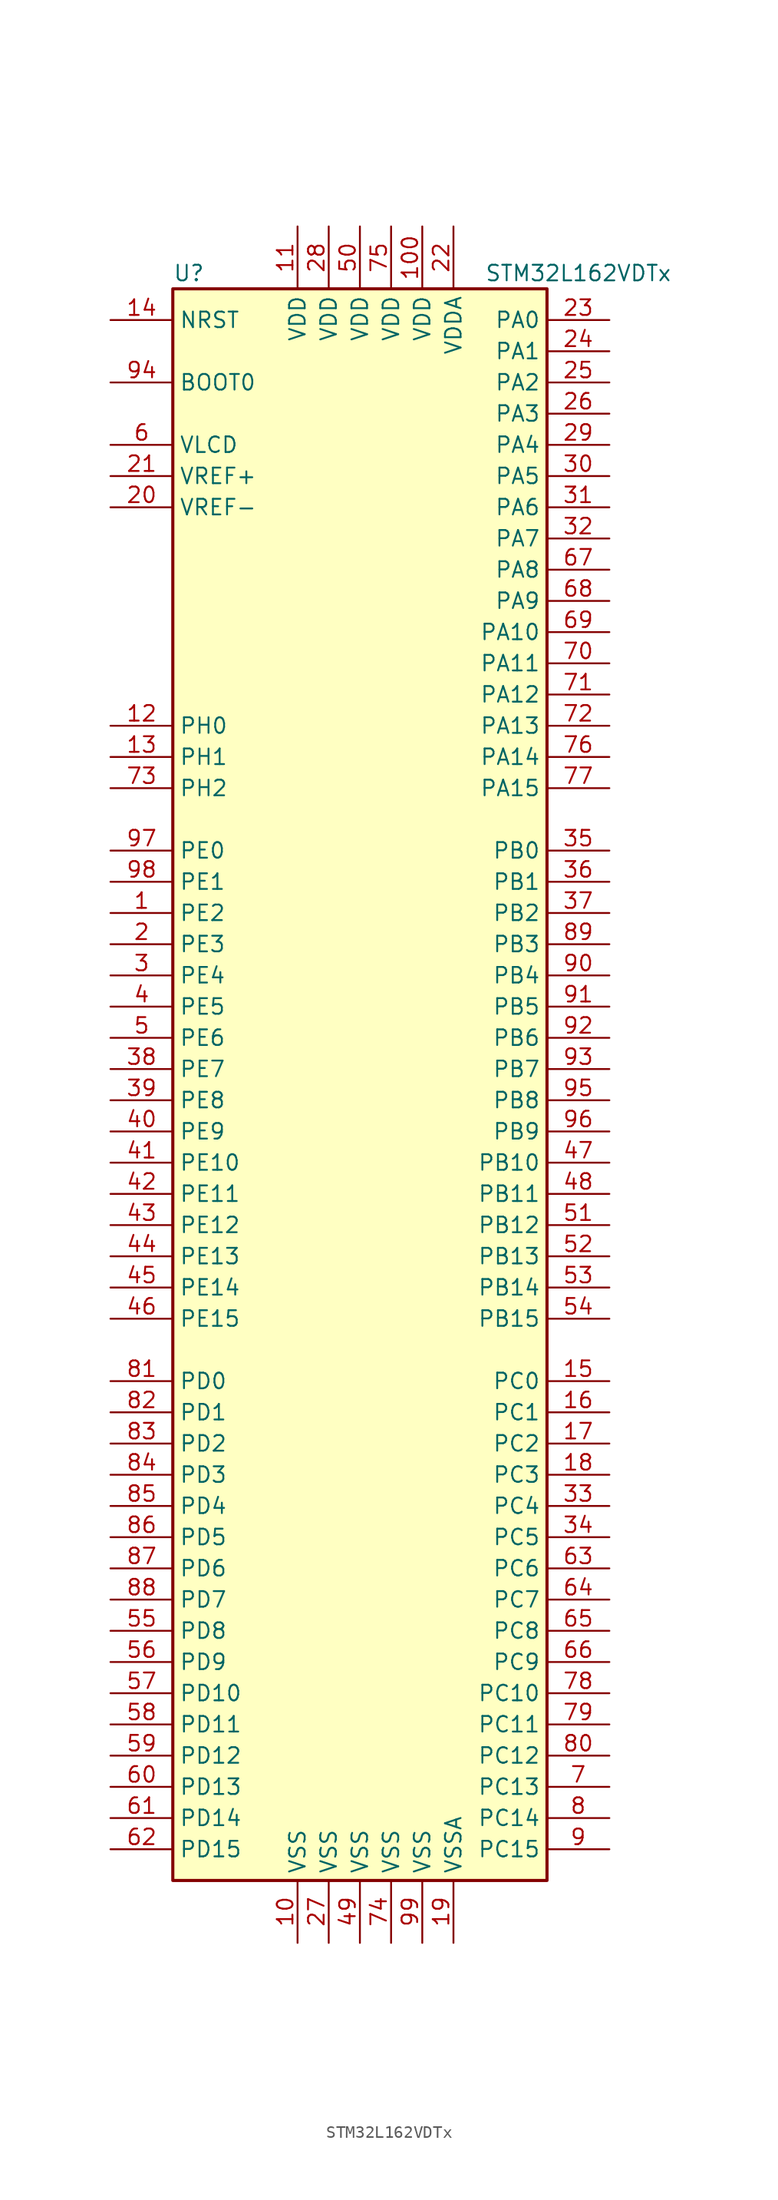
<source format=kicad_sym>
(kicad_symbol_lib
  (version 20211014)
  (generator kicad_symbol_editor)
  (symbol "STM32L162VDTx"
    (property "Reference" "U"
      (at -15.24 64.77 0)
      (effects (font (size 1.27 1.27)) (justify left)))
    (property "Value" "STM32L162VDTx"
      (at 10.16 64.77 0)
      (effects (font (size 1.27 1.27)) (justify left)))
    (symbol "STM32L162VDTx_0_1"
      (rectangle (start -15.24 -66.04) (end 15.24 63.5) (stroke (width 0.254) (type default) (color 0 0 0 0)) (fill (type background))))
    (symbol "STM32L162VDTx_1_1"
      (pin bidirectional line (at -20.32 12.7 0) (length 5.08) (name "PE2" (effects (font (size 1.27 1.27)))) (number "1" (effects (font (size 1.27 1.27)))))
      (pin power_in line (at -5.08 -71.12 90) (length 5.08) (name "VSS" (effects (font (size 1.27 1.27)))) (number "10" (effects (font (size 1.27 1.27)))))
      (pin power_in line (at 5.08 68.58 270) (length 5.08) (name "VDD" (effects (font (size 1.27 1.27)))) (number "100" (effects (font (size 1.27 1.27)))))
      (pin power_in line (at -5.08 68.58 270) (length 5.08) (name "VDD" (effects (font (size 1.27 1.27)))) (number "11" (effects (font (size 1.27 1.27)))))
      (pin input line (at -20.32 27.94 0) (length 5.08) (name "PH0" (effects (font (size 1.27 1.27)))) (number "12" (effects (font (size 1.27 1.27)))))
      (pin input line (at -20.32 25.4 0) (length 5.08) (name "PH1" (effects (font (size 1.27 1.27)))) (number "13" (effects (font (size 1.27 1.27)))))
      (pin input line (at -20.32 60.96 0) (length 5.08) (name "NRST" (effects (font (size 1.27 1.27)))) (number "14" (effects (font (size 1.27 1.27)))))
      (pin bidirectional line (at 20.32 -25.4 180) (length 5.08) (name "PC0" (effects (font (size 1.27 1.27)))) (number "15" (effects (font (size 1.27 1.27)))))
      (pin bidirectional line (at 20.32 -27.94 180) (length 5.08) (name "PC1" (effects (font (size 1.27 1.27)))) (number "16" (effects (font (size 1.27 1.27)))))
      (pin bidirectional line (at 20.32 -30.48 180) (length 5.08) (name "PC2" (effects (font (size 1.27 1.27)))) (number "17" (effects (font (size 1.27 1.27)))))
      (pin bidirectional line (at 20.32 -33.02 180) (length 5.08) (name "PC3" (effects (font (size 1.27 1.27)))) (number "18" (effects (font (size 1.27 1.27)))))
      (pin power_in line (at 7.62 -71.12 90) (length 5.08) (name "VSSA" (effects (font (size 1.27 1.27)))) (number "19" (effects (font (size 1.27 1.27)))))
      (pin bidirectional line (at -20.32 10.16 0) (length 5.08) (name "PE3" (effects (font (size 1.27 1.27)))) (number "2" (effects (font (size 1.27 1.27)))))
      (pin power_in line (at -20.32 45.72 0) (length 5.08) (name "VREF-" (effects (font (size 1.27 1.27)))) (number "20" (effects (font (size 1.27 1.27)))))
      (pin power_in line (at -20.32 48.26 0) (length 5.08) (name "VREF+" (effects (font (size 1.27 1.27)))) (number "21" (effects (font (size 1.27 1.27)))))
      (pin power_in line (at 7.62 68.58 270) (length 5.08) (name "VDDA" (effects (font (size 1.27 1.27)))) (number "22" (effects (font (size 1.27 1.27)))))
      (pin bidirectional line (at 20.32 60.96 180) (length 5.08) (name "PA0" (effects (font (size 1.27 1.27)))) (number "23" (effects (font (size 1.27 1.27)))))
      (pin bidirectional line (at 20.32 58.42 180) (length 5.08) (name "PA1" (effects (font (size 1.27 1.27)))) (number "24" (effects (font (size 1.27 1.27)))))
      (pin bidirectional line (at 20.32 55.88 180) (length 5.08) (name "PA2" (effects (font (size 1.27 1.27)))) (number "25" (effects (font (size 1.27 1.27)))))
      (pin bidirectional line (at 20.32 53.34 180) (length 5.08) (name "PA3" (effects (font (size 1.27 1.27)))) (number "26" (effects (font (size 1.27 1.27)))))
      (pin power_in line (at -2.54 -71.12 90) (length 5.08) (name "VSS" (effects (font (size 1.27 1.27)))) (number "27" (effects (font (size 1.27 1.27)))))
      (pin power_in line (at -2.54 68.58 270) (length 5.08) (name "VDD" (effects (font (size 1.27 1.27)))) (number "28" (effects (font (size 1.27 1.27)))))
      (pin bidirectional line (at 20.32 50.8 180) (length 5.08) (name "PA4" (effects (font (size 1.27 1.27)))) (number "29" (effects (font (size 1.27 1.27)))))
      (pin bidirectional line (at -20.32 7.62 0) (length 5.08) (name "PE4" (effects (font (size 1.27 1.27)))) (number "3" (effects (font (size 1.27 1.27)))))
      (pin bidirectional line (at 20.32 48.26 180) (length 5.08) (name "PA5" (effects (font (size 1.27 1.27)))) (number "30" (effects (font (size 1.27 1.27)))))
      (pin bidirectional line (at 20.32 45.72 180) (length 5.08) (name "PA6" (effects (font (size 1.27 1.27)))) (number "31" (effects (font (size 1.27 1.27)))))
      (pin bidirectional line (at 20.32 43.18 180) (length 5.08) (name "PA7" (effects (font (size 1.27 1.27)))) (number "32" (effects (font (size 1.27 1.27)))))
      (pin bidirectional line (at 20.32 -35.56 180) (length 5.08) (name "PC4" (effects (font (size 1.27 1.27)))) (number "33" (effects (font (size 1.27 1.27)))))
      (pin bidirectional line (at 20.32 -38.1 180) (length 5.08) (name "PC5" (effects (font (size 1.27 1.27)))) (number "34" (effects (font (size 1.27 1.27)))))
      (pin bidirectional line (at 20.32 17.78 180) (length 5.08) (name "PB0" (effects (font (size 1.27 1.27)))) (number "35" (effects (font (size 1.27 1.27)))))
      (pin bidirectional line (at 20.32 15.24 180) (length 5.08) (name "PB1" (effects (font (size 1.27 1.27)))) (number "36" (effects (font (size 1.27 1.27)))))
      (pin bidirectional line (at 20.32 12.7 180) (length 5.08) (name "PB2" (effects (font (size 1.27 1.27)))) (number "37" (effects (font (size 1.27 1.27)))))
      (pin bidirectional line (at -20.32 0 0) (length 5.08) (name "PE7" (effects (font (size 1.27 1.27)))) (number "38" (effects (font (size 1.27 1.27)))))
      (pin bidirectional line (at -20.32 -2.54 0) (length 5.08) (name "PE8" (effects (font (size 1.27 1.27)))) (number "39" (effects (font (size 1.27 1.27)))))
      (pin bidirectional line (at -20.32 5.08 0) (length 5.08) (name "PE5" (effects (font (size 1.27 1.27)))) (number "4" (effects (font (size 1.27 1.27)))))
      (pin bidirectional line (at -20.32 -5.08 0) (length 5.08) (name "PE9" (effects (font (size 1.27 1.27)))) (number "40" (effects (font (size 1.27 1.27)))))
      (pin bidirectional line (at -20.32 -7.62 0) (length 5.08) (name "PE10" (effects (font (size 1.27 1.27)))) (number "41" (effects (font (size 1.27 1.27)))))
      (pin bidirectional line (at -20.32 -10.16 0) (length 5.08) (name "PE11" (effects (font (size 1.27 1.27)))) (number "42" (effects (font (size 1.27 1.27)))))
      (pin bidirectional line (at -20.32 -12.7 0) (length 5.08) (name "PE12" (effects (font (size 1.27 1.27)))) (number "43" (effects (font (size 1.27 1.27)))))
      (pin bidirectional line (at -20.32 -15.24 0) (length 5.08) (name "PE13" (effects (font (size 1.27 1.27)))) (number "44" (effects (font (size 1.27 1.27)))))
      (pin bidirectional line (at -20.32 -17.78 0) (length 5.08) (name "PE14" (effects (font (size 1.27 1.27)))) (number "45" (effects (font (size 1.27 1.27)))))
      (pin bidirectional line (at -20.32 -20.32 0) (length 5.08) (name "PE15" (effects (font (size 1.27 1.27)))) (number "46" (effects (font (size 1.27 1.27)))))
      (pin bidirectional line (at 20.32 -7.62 180) (length 5.08) (name "PB10" (effects (font (size 1.27 1.27)))) (number "47" (effects (font (size 1.27 1.27)))))
      (pin bidirectional line (at 20.32 -10.16 180) (length 5.08) (name "PB11" (effects (font (size 1.27 1.27)))) (number "48" (effects (font (size 1.27 1.27)))))
      (pin power_in line (at 0 -71.12 90) (length 5.08) (name "VSS" (effects (font (size 1.27 1.27)))) (number "49" (effects (font (size 1.27 1.27)))))
      (pin bidirectional line (at -20.32 2.54 0) (length 5.08) (name "PE6" (effects (font (size 1.27 1.27)))) (number "5" (effects (font (size 1.27 1.27)))))
      (pin power_in line (at 0 68.58 270) (length 5.08) (name "VDD" (effects (font (size 1.27 1.27)))) (number "50" (effects (font (size 1.27 1.27)))))
      (pin bidirectional line (at 20.32 -12.7 180) (length 5.08) (name "PB12" (effects (font (size 1.27 1.27)))) (number "51" (effects (font (size 1.27 1.27)))))
      (pin bidirectional line (at 20.32 -15.24 180) (length 5.08) (name "PB13" (effects (font (size 1.27 1.27)))) (number "52" (effects (font (size 1.27 1.27)))))
      (pin bidirectional line (at 20.32 -17.78 180) (length 5.08) (name "PB14" (effects (font (size 1.27 1.27)))) (number "53" (effects (font (size 1.27 1.27)))))
      (pin bidirectional line (at 20.32 -20.32 180) (length 5.08) (name "PB15" (effects (font (size 1.27 1.27)))) (number "54" (effects (font (size 1.27 1.27)))))
      (pin bidirectional line (at -20.32 -45.72 0) (length 5.08) (name "PD8" (effects (font (size 1.27 1.27)))) (number "55" (effects (font (size 1.27 1.27)))))
      (pin bidirectional line (at -20.32 -48.26 0) (length 5.08) (name "PD9" (effects (font (size 1.27 1.27)))) (number "56" (effects (font (size 1.27 1.27)))))
      (pin bidirectional line (at -20.32 -50.8 0) (length 5.08) (name "PD10" (effects (font (size 1.27 1.27)))) (number "57" (effects (font (size 1.27 1.27)))))
      (pin bidirectional line (at -20.32 -53.34 0) (length 5.08) (name "PD11" (effects (font (size 1.27 1.27)))) (number "58" (effects (font (size 1.27 1.27)))))
      (pin bidirectional line (at -20.32 -55.88 0) (length 5.08) (name "PD12" (effects (font (size 1.27 1.27)))) (number "59" (effects (font (size 1.27 1.27)))))
      (pin power_in line (at -20.32 50.8 0) (length 5.08) (name "VLCD" (effects (font (size 1.27 1.27)))) (number "6" (effects (font (size 1.27 1.27)))))
      (pin bidirectional line (at -20.32 -58.42 0) (length 5.08) (name "PD13" (effects (font (size 1.27 1.27)))) (number "60" (effects (font (size 1.27 1.27)))))
      (pin bidirectional line (at -20.32 -60.96 0) (length 5.08) (name "PD14" (effects (font (size 1.27 1.27)))) (number "61" (effects (font (size 1.27 1.27)))))
      (pin bidirectional line (at -20.32 -63.5 0) (length 5.08) (name "PD15" (effects (font (size 1.27 1.27)))) (number "62" (effects (font (size 1.27 1.27)))))
      (pin bidirectional line (at 20.32 -40.64 180) (length 5.08) (name "PC6" (effects (font (size 1.27 1.27)))) (number "63" (effects (font (size 1.27 1.27)))))
      (pin bidirectional line (at 20.32 -43.18 180) (length 5.08) (name "PC7" (effects (font (size 1.27 1.27)))) (number "64" (effects (font (size 1.27 1.27)))))
      (pin bidirectional line (at 20.32 -45.72 180) (length 5.08) (name "PC8" (effects (font (size 1.27 1.27)))) (number "65" (effects (font (size 1.27 1.27)))))
      (pin bidirectional line (at 20.32 -48.26 180) (length 5.08) (name "PC9" (effects (font (size 1.27 1.27)))) (number "66" (effects (font (size 1.27 1.27)))))
      (pin bidirectional line (at 20.32 40.64 180) (length 5.08) (name "PA8" (effects (font (size 1.27 1.27)))) (number "67" (effects (font (size 1.27 1.27)))))
      (pin bidirectional line (at 20.32 38.1 180) (length 5.08) (name "PA9" (effects (font (size 1.27 1.27)))) (number "68" (effects (font (size 1.27 1.27)))))
      (pin bidirectional line (at 20.32 35.56 180) (length 5.08) (name "PA10" (effects (font (size 1.27 1.27)))) (number "69" (effects (font (size 1.27 1.27)))))
      (pin bidirectional line (at 20.32 -58.42 180) (length 5.08) (name "PC13" (effects (font (size 1.27 1.27)))) (number "7" (effects (font (size 1.27 1.27)))))
      (pin bidirectional line (at 20.32 33.02 180) (length 5.08) (name "PA11" (effects (font (size 1.27 1.27)))) (number "70" (effects (font (size 1.27 1.27)))))
      (pin bidirectional line (at 20.32 30.48 180) (length 5.08) (name "PA12" (effects (font (size 1.27 1.27)))) (number "71" (effects (font (size 1.27 1.27)))))
      (pin bidirectional line (at 20.32 27.94 180) (length 5.08) (name "PA13" (effects (font (size 1.27 1.27)))) (number "72" (effects (font (size 1.27 1.27)))))
      (pin bidirectional line (at -20.32 22.86 0) (length 5.08) (name "PH2" (effects (font (size 1.27 1.27)))) (number "73" (effects (font (size 1.27 1.27)))))
      (pin power_in line (at 2.54 -71.12 90) (length 5.08) (name "VSS" (effects (font (size 1.27 1.27)))) (number "74" (effects (font (size 1.27 1.27)))))
      (pin power_in line (at 2.54 68.58 270) (length 5.08) (name "VDD" (effects (font (size 1.27 1.27)))) (number "75" (effects (font (size 1.27 1.27)))))
      (pin bidirectional line (at 20.32 25.4 180) (length 5.08) (name "PA14" (effects (font (size 1.27 1.27)))) (number "76" (effects (font (size 1.27 1.27)))))
      (pin bidirectional line (at 20.32 22.86 180) (length 5.08) (name "PA15" (effects (font (size 1.27 1.27)))) (number "77" (effects (font (size 1.27 1.27)))))
      (pin bidirectional line (at 20.32 -50.8 180) (length 5.08) (name "PC10" (effects (font (size 1.27 1.27)))) (number "78" (effects (font (size 1.27 1.27)))))
      (pin bidirectional line (at 20.32 -53.34 180) (length 5.08) (name "PC11" (effects (font (size 1.27 1.27)))) (number "79" (effects (font (size 1.27 1.27)))))
      (pin bidirectional line (at 20.32 -60.96 180) (length 5.08) (name "PC14" (effects (font (size 1.27 1.27)))) (number "8" (effects (font (size 1.27 1.27)))))
      (pin bidirectional line (at 20.32 -55.88 180) (length 5.08) (name "PC12" (effects (font (size 1.27 1.27)))) (number "80" (effects (font (size 1.27 1.27)))))
      (pin bidirectional line (at -20.32 -25.4 0) (length 5.08) (name "PD0" (effects (font (size 1.27 1.27)))) (number "81" (effects (font (size 1.27 1.27)))))
      (pin bidirectional line (at -20.32 -27.94 0) (length 5.08) (name "PD1" (effects (font (size 1.27 1.27)))) (number "82" (effects (font (size 1.27 1.27)))))
      (pin bidirectional line (at -20.32 -30.48 0) (length 5.08) (name "PD2" (effects (font (size 1.27 1.27)))) (number "83" (effects (font (size 1.27 1.27)))))
      (pin bidirectional line (at -20.32 -33.02 0) (length 5.08) (name "PD3" (effects (font (size 1.27 1.27)))) (number "84" (effects (font (size 1.27 1.27)))))
      (pin bidirectional line (at -20.32 -35.56 0) (length 5.08) (name "PD4" (effects (font (size 1.27 1.27)))) (number "85" (effects (font (size 1.27 1.27)))))
      (pin bidirectional line (at -20.32 -38.1 0) (length 5.08) (name "PD5" (effects (font (size 1.27 1.27)))) (number "86" (effects (font (size 1.27 1.27)))))
      (pin bidirectional line (at -20.32 -40.64 0) (length 5.08) (name "PD6" (effects (font (size 1.27 1.27)))) (number "87" (effects (font (size 1.27 1.27)))))
      (pin bidirectional line (at -20.32 -43.18 0) (length 5.08) (name "PD7" (effects (font (size 1.27 1.27)))) (number "88" (effects (font (size 1.27 1.27)))))
      (pin bidirectional line (at 20.32 10.16 180) (length 5.08) (name "PB3" (effects (font (size 1.27 1.27)))) (number "89" (effects (font (size 1.27 1.27)))))
      (pin bidirectional line (at 20.32 -63.5 180) (length 5.08) (name "PC15" (effects (font (size 1.27 1.27)))) (number "9" (effects (font (size 1.27 1.27)))))
      (pin bidirectional line (at 20.32 7.62 180) (length 5.08) (name "PB4" (effects (font (size 1.27 1.27)))) (number "90" (effects (font (size 1.27 1.27)))))
      (pin bidirectional line (at 20.32 5.08 180) (length 5.08) (name "PB5" (effects (font (size 1.27 1.27)))) (number "91" (effects (font (size 1.27 1.27)))))
      (pin bidirectional line (at 20.32 2.54 180) (length 5.08) (name "PB6" (effects (font (size 1.27 1.27)))) (number "92" (effects (font (size 1.27 1.27)))))
      (pin bidirectional line (at 20.32 0 180) (length 5.08) (name "PB7" (effects (font (size 1.27 1.27)))) (number "93" (effects (font (size 1.27 1.27)))))
      (pin input line (at -20.32 55.88 0) (length 5.08) (name "BOOT0" (effects (font (size 1.27 1.27)))) (number "94" (effects (font (size 1.27 1.27)))))
      (pin bidirectional line (at 20.32 -2.54 180) (length 5.08) (name "PB8" (effects (font (size 1.27 1.27)))) (number "95" (effects (font (size 1.27 1.27)))))
      (pin bidirectional line (at 20.32 -5.08 180) (length 5.08) (name "PB9" (effects (font (size 1.27 1.27)))) (number "96" (effects (font (size 1.27 1.27)))))
      (pin bidirectional line (at -20.32 17.78 0) (length 5.08) (name "PE0" (effects (font (size 1.27 1.27)))) (number "97" (effects (font (size 1.27 1.27)))))
      (pin bidirectional line (at -20.32 15.24 0) (length 5.08) (name "PE1" (effects (font (size 1.27 1.27)))) (number "98" (effects (font (size 1.27 1.27)))))
      (pin power_in line (at 5.08 -71.12 90) (length 5.08) (name "VSS" (effects (font (size 1.27 1.27)))) (number "99" (effects (font (size 1.27 1.27))))))))
</source>
